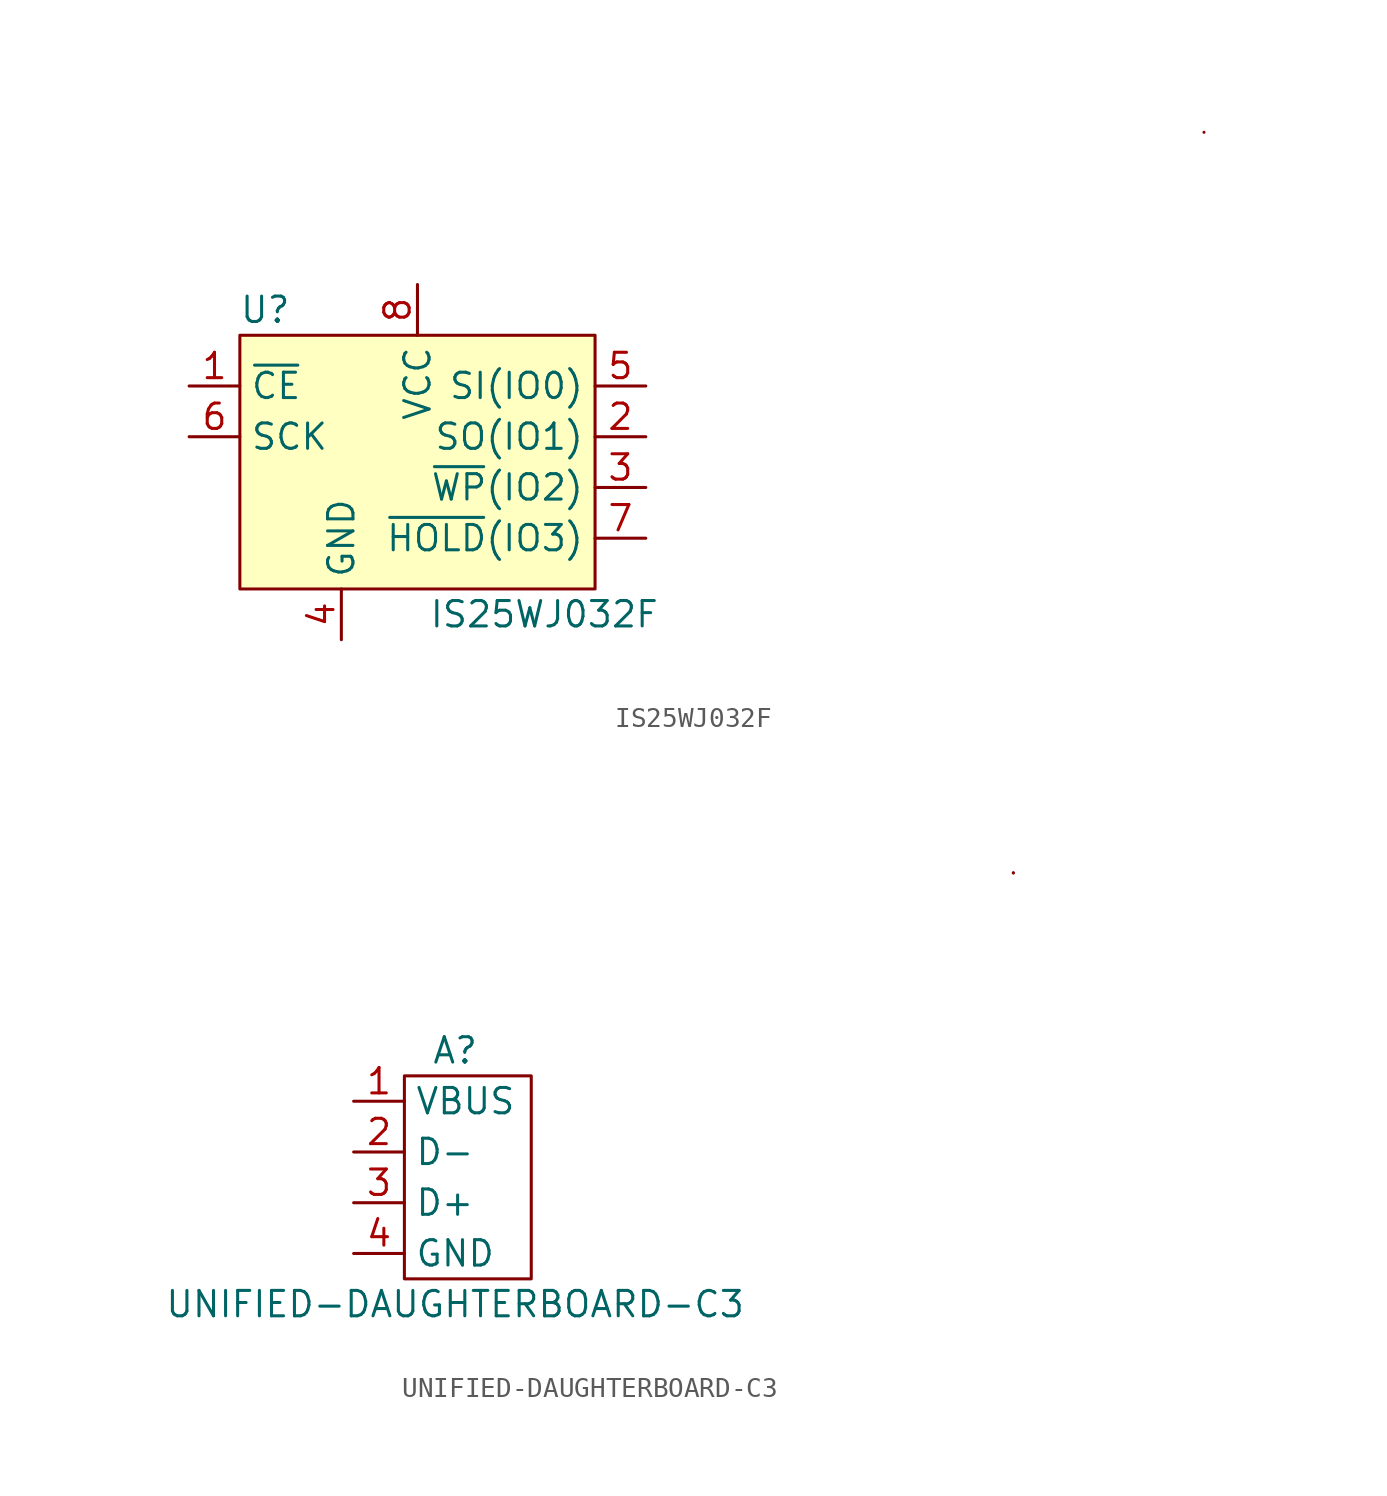
<source format=kicad_sym>
(kicad_symbol_lib
  (version 20211014)
  (generator kicad_symbol_editor)
  (symbol "IS25WJ032F"
    (property "Reference" "U"
      (at -7.62 7.62 0)
      (effects (font (size 1.27 1.27))))
    (property "Value" "IS25WJ032F"
      (at 6.35 -7.62 0)
      (effects (font (size 1.27 1.27))))
    (symbol "IS25WJ032F_0_1"
      (rectangle (start 8.89 6.35) (end -8.89 -6.35) (stroke (width 0.152) (type default) (color 0 0 0 0)) (fill (type background)))
      (rectangle (start 39.37 16.51) (end 39.37 16.51) (stroke (width 0.152) (type default) (color 0 0 0 0)) (fill (type none))))
    (symbol "IS25WJ032F_1_1"
      (pin input line (at -11.43 3.81 0) (length 2.54) (name "~{CE}" (effects (font (size 1.27 1.27)))) (number "1" (effects (font (size 1.27 1.27)))))
      (pin bidirectional line (at 11.43 1.27 180) (length 2.54) (name "SO(IO1)" (effects (font (size 1.27 1.27)))) (number "2" (effects (font (size 1.27 1.27)))))
      (pin bidirectional line (at 11.43 -1.27 180) (length 2.54) (name "~{WP}(IO2)" (effects (font (size 1.27 1.27)))) (number "3" (effects (font (size 1.27 1.27)))))
      (pin passive line (at -3.81 -8.89 90) (length 2.54) (name "GND" (effects (font (size 1.27 1.27)))) (number "4" (effects (font (size 1.27 1.27)))))
      (pin bidirectional line (at 11.43 3.81 180) (length 2.54) (name "SI(IO0)" (effects (font (size 1.27 1.27)))) (number "5" (effects (font (size 1.27 1.27)))))
      (pin input line (at -11.43 1.27 0) (length 2.54) (name "SCK" (effects (font (size 1.27 1.27)))) (number "6" (effects (font (size 1.27 1.27)))))
      (pin bidirectional line (at 11.43 -3.81 180) (length 2.54) (name "~{HOLD}(IO3)" (effects (font (size 1.27 1.27)))) (number "7" (effects (font (size 1.27 1.27)))))
      (pin power_in line (at 0 8.89 270) (length 2.54) (name "VCC" (effects (font (size 1.27 1.27)))) (number "8" (effects (font (size 1.27 1.27)))))))
  (symbol "UNIFIED-DAUGHTERBOARD-C3"
    (property "Reference" "A"
      (at 0 6.35 0)
      (effects (font (size 1.27 1.27))))
    (property "Value" "UNIFIED-DAUGHTERBOARD-C3"
      (at 0 -6.35 0)
      (effects (font (size 1.27 1.27))))
    (symbol "UNIFIED-DAUGHTERBOARD-C3_0_1"
      (rectangle (start -2.54 5.08) (end 3.81 -5.08) (stroke (width 0.152) (type default) (color 0 0 0 0)) (fill (type none)))
      (rectangle (start 27.94 15.24) (end 27.94 15.24) (stroke (width 0.152) (type default) (color 0 0 0 0)) (fill (type none)))
      (rectangle (start 27.94 15.24) (end 27.94 15.24) (stroke (width 0.152) (type default) (color 0 0 0 0)) (fill (type none))))
    (symbol "UNIFIED-DAUGHTERBOARD-C3_1_1"
      (pin power_out line (at -5.08 3.81 0) (length 2.54) (name "VBUS" (effects (font (size 1.27 1.27)))) (number "1" (effects (font (size 1.27 1.27)))))
      (pin output line (at -5.08 1.27 0) (length 2.54) (name "D-" (effects (font (size 1.27 1.27)))) (number "2" (effects (font (size 1.27 1.27)))))
      (pin output line (at -5.08 -1.27 0) (length 2.54) (name "D+" (effects (font (size 1.27 1.27)))) (number "3" (effects (font (size 1.27 1.27)))))
      (pin passive line (at -5.08 -3.81 0) (length 2.54) (name "GND" (effects (font (size 1.27 1.27)))) (number "4" (effects (font (size 1.27 1.27))))))))
</source>
